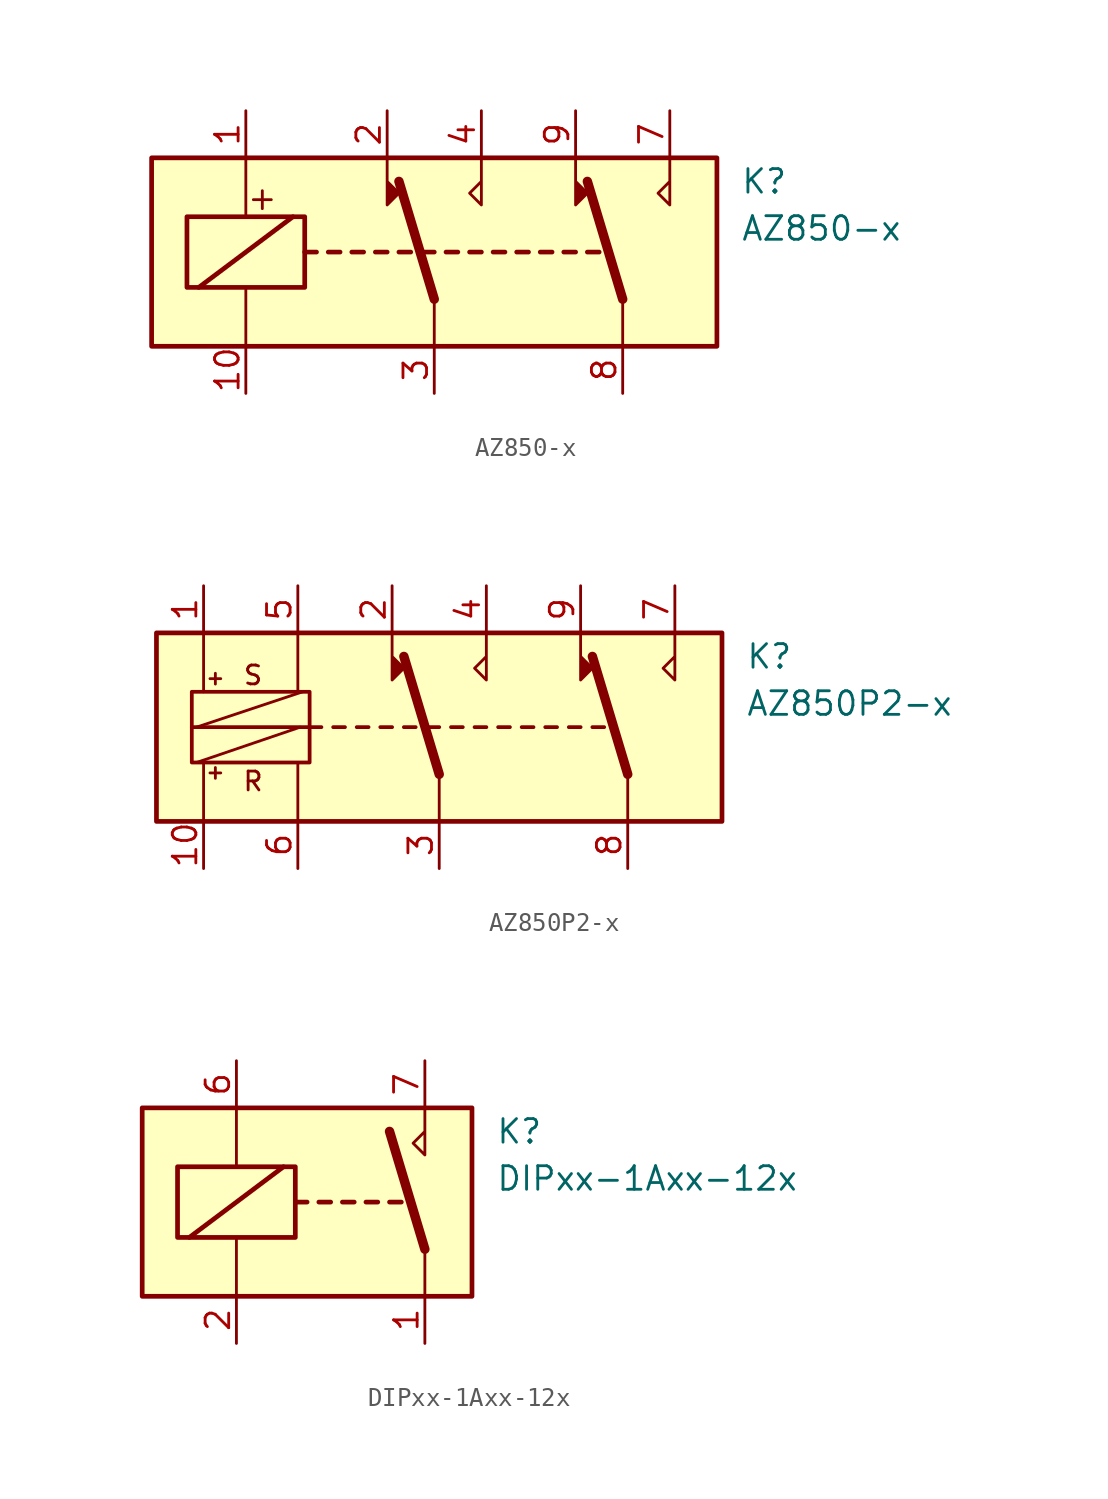
<source format=kicad_sym>
(kicad_symbol_lib
  (version 20201005)
  (generator kicad_symbol_editor)
  (symbol "AZ850-x"
    (property "Reference" "K"
      (at 16.51 3.81 0)
      (effects (font (size 1.27 1.27)) (justify left)))
    (property "Value" "AZ850-x"
      (at 16.51 1.27 0)
      (effects (font (size 1.27 1.27)) (justify left)))
    (symbol "AZ850-x_0_0"
      (text "+" (at -9.271 2.921 0) (effects (font (size 1.27 1.27)))))
    (symbol "AZ850-x_0_1"
      (rectangle (start -13.335 1.905) (end -6.985 -1.905) (stroke (width 0.254)) (fill (type none)))
      (rectangle (start -15.24 5.08) (end 15.24 -5.08) (stroke (width 0.254)) (fill (type background)))
      (polyline (pts (xy -12.7 -1.905) (xy -7.62 1.905)) (stroke (width 0.254)) (fill (type none)))
      (polyline (pts (xy -10.16 -5.08) (xy -10.16 -1.905)) (stroke (width 0)) (fill (type none)))
      (polyline (pts (xy -10.16 5.08) (xy -10.16 1.905)) (stroke (width 0)) (fill (type none)))
      (polyline (pts (xy -6.985 0) (xy -6.35 0)) (stroke (width 0.254)) (fill (type none)))
      (polyline (pts (xy -5.715 0) (xy -5.08 0)) (stroke (width 0.254)) (fill (type none)))
      (polyline (pts (xy -4.445 0) (xy -3.81 0)) (stroke (width 0.254)) (fill (type none)))
      (polyline (pts (xy -3.175 0) (xy -2.54 0)) (stroke (width 0.254)) (fill (type none)))
      (polyline (pts (xy -1.905 0) (xy -1.27 0)) (stroke (width 0.254)) (fill (type none)))
      (polyline (pts (xy -0.635 0) (xy 0 0)) (stroke (width 0.254)) (fill (type none)))
      (polyline (pts (xy 0 -2.54) (xy -1.905 3.81)) (stroke (width 0.508)) (fill (type none)))
      (polyline (pts (xy 0 -2.54) (xy 0 -5.08)) (stroke (width 0)) (fill (type none)))
      (polyline (pts (xy 0.635 0) (xy 1.27 0)) (stroke (width 0.254)) (fill (type none)))
      (polyline (pts (xy 1.905 0) (xy 2.54 0)) (stroke (width 0.254)) (fill (type none)))
      (polyline (pts (xy 3.175 0) (xy 3.81 0)) (stroke (width 0.254)) (fill (type none)))
      (polyline (pts (xy 4.445 0) (xy 5.08 0)) (stroke (width 0.254)) (fill (type none)))
      (polyline (pts (xy 5.715 0) (xy 6.35 0)) (stroke (width 0.254)) (fill (type none)))
      (polyline (pts (xy 6.985 0) (xy 7.62 0)) (stroke (width 0.254)) (fill (type none)))
      (polyline (pts (xy 8.255 0) (xy 8.89 0)) (stroke (width 0.254)) (fill (type none)))
      (polyline (pts (xy 10.16 -2.54) (xy 8.255 3.81)) (stroke (width 0.508)) (fill (type none)))
      (polyline (pts (xy 10.16 -2.54) (xy 10.16 -5.08)) (stroke (width 0)) (fill (type none)))
      (polyline (pts (xy 2.54 5.08) (xy 2.54 2.54) (xy 1.905 3.175) (xy 2.54 3.81)) (stroke (width 0)) (fill (type none)))
      (polyline (pts (xy 12.7 5.08) (xy 12.7 2.54) (xy 12.065 3.175) (xy 12.7 3.81)) (stroke (width 0)) (fill (type none)))
      (polyline (pts (xy -2.54 5.08) (xy -2.54 2.54) (xy -1.905 3.175) (xy -2.54 3.81)) (stroke (width 0)) (fill (type outline)))
      (polyline (pts (xy 7.62 5.08) (xy 7.62 2.54) (xy 8.255 3.175) (xy 7.62 3.81)) (stroke (width 0)) (fill (type outline))))
    (symbol "AZ850-x_1_1"
      (pin passive line (at -10.16 7.62 270) (length 2.54) (name "~" (effects (font (size 1.27 1.27)))) (number "1" (effects (font (size 1.27 1.27)))))
      (pin passive line (at -10.16 -7.62 90) (length 2.54) (name "~" (effects (font (size 1.27 1.27)))) (number "10" (effects (font (size 1.27 1.27)))))
      (pin passive line (at -2.54 7.62 270) (length 2.54) (name "~" (effects (font (size 1.27 1.27)))) (number "2" (effects (font (size 1.27 1.27)))))
      (pin passive line (at 0 -7.62 90) (length 2.54) (name "~" (effects (font (size 1.27 1.27)))) (number "3" (effects (font (size 1.27 1.27)))))
      (pin passive line (at 2.54 7.62 270) (length 2.54) (name "~" (effects (font (size 1.27 1.27)))) (number "4" (effects (font (size 1.27 1.27)))))
      (pin passive line (at 12.7 7.62 270) (length 2.54) (name "~" (effects (font (size 1.27 1.27)))) (number "7" (effects (font (size 1.27 1.27)))))
      (pin passive line (at 10.16 -7.62 90) (length 2.54) (name "~" (effects (font (size 1.27 1.27)))) (number "8" (effects (font (size 1.27 1.27)))))
      (pin passive line (at 7.62 7.62 270) (length 2.54) (name "~" (effects (font (size 1.27 1.27)))) (number "9" (effects (font (size 1.27 1.27)))))))
  (symbol "AZ850P2-x"
    (property "Reference" "K"
      (at 16.51 3.81 0)
      (effects (font (size 1.27 1.27)) (justify left)))
    (property "Value" "AZ850P2-x"
      (at 16.51 1.27 0)
      (effects (font (size 1.27 1.27)) (justify left)))
    (symbol "AZ850P2-x_0_0"
      (text "+" (at -12.065 -2.413 0) (effects (font (size 0.762 0.762))))
      (text "+" (at -12.065 2.667 0) (effects (font (size 0.762 0.762))))
      (text "R" (at -10.033 -2.921 0) (effects (font (size 1.016 1.016))))
      (text "S" (at -10.033 2.794 0) (effects (font (size 1.016 1.016))))
      (polyline (pts (xy 2.54 5.08) (xy 2.54 2.54) (xy 1.905 3.175) (xy 2.54 3.81)) (stroke (width 0)) (fill (type none)))
      (polyline (pts (xy 12.7 5.08) (xy 12.7 2.54) (xy 12.065 3.175) (xy 12.7 3.81)) (stroke (width 0)) (fill (type none)))
      (polyline (pts (xy -2.54 5.08) (xy -2.54 2.54) (xy -1.905 3.175) (xy -2.54 3.81)) (stroke (width 0)) (fill (type outline)))
      (polyline (pts (xy 7.62 5.08) (xy 7.62 2.54) (xy 8.255 3.175) (xy 7.62 3.81)) (stroke (width 0)) (fill (type outline))))
    (symbol "AZ850P2-x_0_1"
      (rectangle (start -13.335 1.905) (end -6.985 -1.905) (stroke (width 0.203)) (fill (type none)))
      (rectangle (start -15.24 5.08) (end 15.24 -5.08) (stroke (width 0.254)) (fill (type background)))
      (polyline (pts (xy -13.335 0) (xy -6.35 0)) (stroke (width 0.203)) (fill (type none)))
      (polyline (pts (xy -13.081 -1.905) (xy -7.493 0)) (stroke (width 0)) (fill (type none)))
      (polyline (pts (xy -13.081 0) (xy -7.366 1.905)) (stroke (width 0)) (fill (type none)))
      (polyline (pts (xy -12.7 -5.08) (xy -12.7 -1.905)) (stroke (width 0)) (fill (type none)))
      (polyline (pts (xy -12.7 5.08) (xy -12.7 1.905)) (stroke (width 0)) (fill (type none)))
      (polyline (pts (xy -7.62 -5.08) (xy -7.62 -1.905)) (stroke (width 0)) (fill (type none)))
      (polyline (pts (xy -7.62 5.08) (xy -7.62 1.905)) (stroke (width 0)) (fill (type none)))
      (polyline (pts (xy -5.715 0) (xy -5.08 0)) (stroke (width 0.203)) (fill (type none)))
      (polyline (pts (xy -4.445 0) (xy -3.81 0)) (stroke (width 0.203)) (fill (type none)))
      (polyline (pts (xy -3.175 0) (xy -2.54 0)) (stroke (width 0.203)) (fill (type none)))
      (polyline (pts (xy -1.905 0) (xy -1.27 0)) (stroke (width 0.203)) (fill (type none)))
      (polyline (pts (xy -0.635 0) (xy 0 0)) (stroke (width 0.203)) (fill (type none)))
      (polyline (pts (xy 0 -2.54) (xy -1.905 3.81)) (stroke (width 0.508)) (fill (type none)))
      (polyline (pts (xy 0 -2.54) (xy 0 -5.08)) (stroke (width 0)) (fill (type none)))
      (polyline (pts (xy 0.635 0) (xy 1.27 0)) (stroke (width 0.203)) (fill (type none)))
      (polyline (pts (xy 1.905 0) (xy 2.54 0)) (stroke (width 0.203)) (fill (type none)))
      (polyline (pts (xy 3.175 0) (xy 3.81 0)) (stroke (width 0.203)) (fill (type none)))
      (polyline (pts (xy 4.445 0) (xy 5.08 0)) (stroke (width 0.203)) (fill (type none)))
      (polyline (pts (xy 5.715 0) (xy 6.35 0)) (stroke (width 0.203)) (fill (type none)))
      (polyline (pts (xy 6.985 0) (xy 7.62 0)) (stroke (width 0.203)) (fill (type none)))
      (polyline (pts (xy 8.255 0) (xy 8.89 0)) (stroke (width 0.203)) (fill (type none)))
      (polyline (pts (xy 10.16 -2.54) (xy 8.255 3.81)) (stroke (width 0.508)) (fill (type none)))
      (polyline (pts (xy 10.16 -2.54) (xy 10.16 -5.08)) (stroke (width 0)) (fill (type none))))
    (symbol "AZ850P2-x_1_1"
      (pin passive line (at -12.7 7.62 270) (length 2.54) (name "~" (effects (font (size 1.27 1.27)))) (number "1" (effects (font (size 1.27 1.27)))))
      (pin passive line (at -12.7 -7.62 90) (length 2.54) (name "~" (effects (font (size 1.27 1.27)))) (number "10" (effects (font (size 1.27 1.27)))))
      (pin passive line (at -2.54 7.62 270) (length 2.54) (name "~" (effects (font (size 1.27 1.27)))) (number "2" (effects (font (size 1.27 1.27)))))
      (pin passive line (at 0 -7.62 90) (length 2.54) (name "~" (effects (font (size 1.27 1.27)))) (number "3" (effects (font (size 1.27 1.27)))))
      (pin passive line (at 2.54 7.62 270) (length 2.54) (name "~" (effects (font (size 1.27 1.27)))) (number "4" (effects (font (size 1.27 1.27)))))
      (pin passive line (at -7.62 7.62 270) (length 2.54) (name "~" (effects (font (size 1.27 1.27)))) (number "5" (effects (font (size 1.27 1.27)))))
      (pin passive line (at -7.62 -7.62 90) (length 2.54) (name "~" (effects (font (size 1.27 1.27)))) (number "6" (effects (font (size 1.27 1.27)))))
      (pin passive line (at 12.7 7.62 270) (length 2.54) (name "~" (effects (font (size 1.27 1.27)))) (number "7" (effects (font (size 1.27 1.27)))))
      (pin passive line (at 10.16 -7.62 90) (length 2.54) (name "~" (effects (font (size 1.27 1.27)))) (number "8" (effects (font (size 1.27 1.27)))))
      (pin passive line (at 7.62 7.62 270) (length 2.54) (name "~" (effects (font (size 1.27 1.27)))) (number "9" (effects (font (size 1.27 1.27)))))))
  (symbol "DIPxx-1Axx-12x"
    (property "Reference" "K"
      (at 8.89 3.81 0)
      (effects (font (size 1.27 1.27)) (justify left)))
    (property "Value" "DIPxx-1Axx-12x"
      (at 8.89 1.27 0)
      (effects (font (size 1.27 1.27)) (justify left)))
    (symbol "DIPxx-1Axx-12x_0_0"
      (polyline (pts (xy 5.08 5.08) (xy 5.08 2.54) (xy 4.445 3.175) (xy 5.08 3.81)) (stroke (width 0)) (fill (type none))))
    (symbol "DIPxx-1Axx-12x_0_1"
      (rectangle (start -8.255 1.905) (end -1.905 -1.905) (stroke (width 0.254)) (fill (type none)))
      (rectangle (start -10.16 5.08) (end 7.62 -5.08) (stroke (width 0.254)) (fill (type background)))
      (polyline (pts (xy -7.62 -1.905) (xy -2.54 1.905)) (stroke (width 0.254)) (fill (type none)))
      (polyline (pts (xy -5.08 -5.08) (xy -5.08 -1.905)) (stroke (width 0)) (fill (type none)))
      (polyline (pts (xy -5.08 5.08) (xy -5.08 1.905)) (stroke (width 0)) (fill (type none)))
      (polyline (pts (xy -1.905 0) (xy -1.27 0)) (stroke (width 0.254)) (fill (type none)))
      (polyline (pts (xy -0.635 0) (xy 0 0)) (stroke (width 0.254)) (fill (type none)))
      (polyline (pts (xy 0.635 0) (xy 1.27 0)) (stroke (width 0.254)) (fill (type none)))
      (polyline (pts (xy 1.905 0) (xy 2.54 0)) (stroke (width 0.254)) (fill (type none)))
      (polyline (pts (xy 3.175 0) (xy 3.81 0)) (stroke (width 0.254)) (fill (type none)))
      (polyline (pts (xy 5.08 -2.54) (xy 3.175 3.81)) (stroke (width 0.508)) (fill (type none)))
      (polyline (pts (xy 5.08 -2.54) (xy 5.08 -5.08)) (stroke (width 0)) (fill (type none))))
    (symbol "DIPxx-1Axx-12x_1_1"
      (pin passive line (at 5.08 -7.62 90) (length 2.54) (name "~" (effects (font (size 1.27 1.27)))) (number "1" (effects (font (size 1.27 1.27)))))
      (pin passive line (at -5.08 -7.62 90) (length 2.54) hide (name "~" (effects (font (size 1.27 1.27)))) (number "13" (effects (font (size 1.27 1.27)))))
      (pin passive line (at 5.08 -7.62 90) (length 2.54) hide (name "~" (effects (font (size 1.27 1.27)))) (number "14" (effects (font (size 1.27 1.27)))))
      (pin passive line (at -5.08 -7.62 90) (length 2.54) (name "~" (effects (font (size 1.27 1.27)))) (number "2" (effects (font (size 1.27 1.27)))))
      (pin passive line (at -5.08 7.62 270) (length 2.54) (name "~" (effects (font (size 1.27 1.27)))) (number "6" (effects (font (size 1.27 1.27)))))
      (pin passive line (at 5.08 7.62 270) (length 2.54) (name "~" (effects (font (size 1.27 1.27)))) (number "7" (effects (font (size 1.27 1.27)))))
      (pin passive line (at 5.08 7.62 270) (length 2.54) hide (name "~" (effects (font (size 1.27 1.27)))) (number "8" (effects (font (size 1.27 1.27))))))))
</source>
